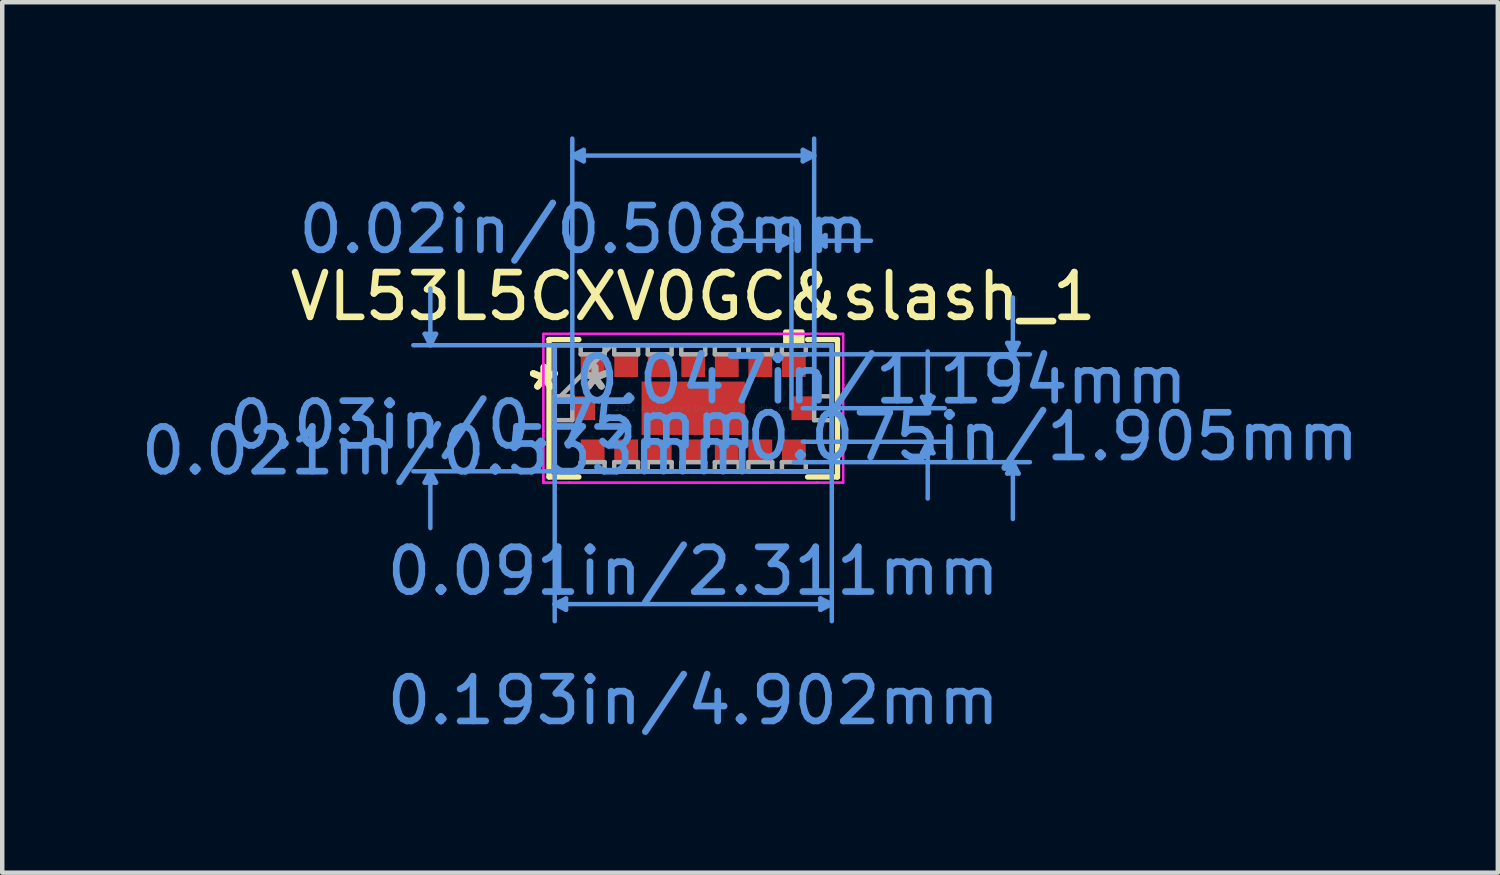
<source format=kicad_pcb>
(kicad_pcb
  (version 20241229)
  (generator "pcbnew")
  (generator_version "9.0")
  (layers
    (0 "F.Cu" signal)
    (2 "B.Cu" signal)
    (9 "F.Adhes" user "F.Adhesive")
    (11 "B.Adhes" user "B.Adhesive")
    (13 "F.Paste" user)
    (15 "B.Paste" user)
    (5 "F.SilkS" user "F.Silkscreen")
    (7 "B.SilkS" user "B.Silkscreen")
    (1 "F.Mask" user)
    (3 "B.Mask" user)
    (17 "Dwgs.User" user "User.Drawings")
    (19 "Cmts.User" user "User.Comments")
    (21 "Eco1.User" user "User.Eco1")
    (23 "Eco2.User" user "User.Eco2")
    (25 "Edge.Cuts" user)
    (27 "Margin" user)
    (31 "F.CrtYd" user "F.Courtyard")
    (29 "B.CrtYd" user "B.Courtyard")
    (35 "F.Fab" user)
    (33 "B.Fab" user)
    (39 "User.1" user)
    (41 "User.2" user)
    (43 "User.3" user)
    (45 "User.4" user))
  (footprint "VL53L5CXV0GC&slash_1"
    (layer "F.Cu")
    (at 12.457 6.082)
    (property "Reference" "VL53L5CXV0GC&slash_1" (at 0 -2.5 0) (layer "F.SilkS") (effects (font (size 1 1) (thickness 0.15))))
    (attr through_hole)
    (fp_line (start -3.226 -1.537) (end -3.226 1.537) (stroke (width 0.12) (type solid)) (layer "F.SilkS"))
    (fp_line (start -3.226 1.537) (end -2.558 1.537) (stroke (width 0.12) (type solid)) (layer "F.SilkS"))
    (fp_line (start -2.558 -1.537) (end -3.226 -1.537) (stroke (width 0.12) (type solid)) (layer "F.SilkS"))
    (fp_line (start 2.558 1.537) (end 3.226 1.537) (stroke (width 0.12) (type solid)) (layer "F.SilkS"))
    (fp_line (start 3.226 -1.537) (end 2.558 -1.537) (stroke (width 0.12) (type solid)) (layer "F.SilkS"))
    (fp_line (start 3.226 1.537) (end 3.226 -1.537) (stroke (width 0.12) (type solid)) (layer "F.SilkS"))
    (fp_poly (pts (xy 2.06 -1.46) (xy 2.06 -1.714) (xy 2.441 -1.714) (xy 2.441 -1.46)) (stroke (width 0.1) (type solid)) (fill yes) (layer "F.SilkS"))
    (fp_line (start -6.007 -1.664) (end -5.753 -1.664) (stroke (width 0.1) (type solid)) (layer "Cmts.User"))
    (fp_line (start -6.007 1.664) (end -5.753 1.664) (stroke (width 0.1) (type solid)) (layer "Cmts.User"))
    (fp_line (start -5.88 -1.41) (end -6.007 -1.664) (stroke (width 0.1) (type solid)) (layer "Cmts.User"))
    (fp_line (start -5.88 -1.41) (end -5.88 -2.68) (stroke (width 0.1) (type solid)) (layer "Cmts.User"))
    (fp_line (start -5.88 -1.41) (end -5.753 -1.664) (stroke (width 0.1) (type solid)) (layer "Cmts.User"))
    (fp_line (start -5.88 1.41) (end -6.007 1.664) (stroke (width 0.1) (type solid)) (layer "Cmts.User"))
    (fp_line (start -5.88 1.41) (end -5.88 2.68) (stroke (width 0.1) (type solid)) (layer "Cmts.User"))
    (fp_line (start -5.88 1.41) (end -5.753 1.664) (stroke (width 0.1) (type solid)) (layer "Cmts.User"))
    (fp_line (start -3.099 -1.41) (end -3.099 4.763) (stroke (width 0.1) (type solid)) (layer "Cmts.User"))
    (fp_line (start -3.099 4.381) (end -2.845 4.255) (stroke (width 0.1) (type solid)) (layer "Cmts.User"))
    (fp_line (start -3.099 4.381) (end -2.845 4.508) (stroke (width 0.1) (type solid)) (layer "Cmts.User"))
    (fp_line (start -3.099 4.381) (end 3.099 4.381) (stroke (width 0.1) (type solid)) (layer "Cmts.User"))
    (fp_line (start -2.845 4.255) (end -2.845 4.508) (stroke (width 0.1) (type solid)) (layer "Cmts.User"))
    (fp_line (start -2.705 -5.652) (end -2.451 -5.779) (stroke (width 0.1) (type solid)) (layer "Cmts.User"))
    (fp_line (start -2.705 -5.652) (end -2.451 -5.524) (stroke (width 0.1) (type solid)) (layer "Cmts.User"))
    (fp_line (start -2.705 -5.652) (end 2.705 -5.652) (stroke (width 0.1) (type solid)) (layer "Cmts.User"))
    (fp_line (start -2.705 0) (end -2.705 -6.032) (stroke (width 0.1) (type solid)) (layer "Cmts.User"))
    (fp_line (start -2.451 -5.779) (end -2.451 -5.524) (stroke (width 0.1) (type solid)) (layer "Cmts.User"))
    (fp_line (start 1.943 -3.873) (end 1.943 -3.619) (stroke (width 0.1) (type solid)) (layer "Cmts.User"))
    (fp_line (start 2.197 -3.747) (end 0.927 -3.747) (stroke (width 0.1) (type solid)) (layer "Cmts.User"))
    (fp_line (start 2.197 -3.747) (end 1.943 -3.873) (stroke (width 0.1) (type solid)) (layer "Cmts.User"))
    (fp_line (start 2.197 -3.747) (end 1.943 -3.619) (stroke (width 0.1) (type solid)) (layer "Cmts.User"))
    (fp_line (start 2.197 0) (end 2.197 -4.128) (stroke (width 0.1) (type solid)) (layer "Cmts.User"))
    (fp_line (start 2.25 -1.206) (end 7.531 -1.206) (stroke (width 0.1) (type solid)) (layer "Cmts.User"))
    (fp_line (start 2.25 1.206) (end 7.531 1.206) (stroke (width 0.1) (type solid)) (layer "Cmts.User"))
    (fp_line (start 2.451 -5.779) (end 2.451 -5.524) (stroke (width 0.1) (type solid)) (layer "Cmts.User"))
    (fp_line (start 2.451 0) (end 5.626 0) (stroke (width 0.1) (type solid)) (layer "Cmts.User"))
    (fp_line (start 2.451 0.75) (end 5.626 0.75) (stroke (width 0.1) (type solid)) (layer "Cmts.User"))
    (fp_line (start 2.705 -5.652) (end 2.451 -5.779) (stroke (width 0.1) (type solid)) (layer "Cmts.User"))
    (fp_line (start 2.705 -5.652) (end 2.451 -5.524) (stroke (width 0.1) (type solid)) (layer "Cmts.User"))
    (fp_line (start 2.705 -3.747) (end 2.959 -3.873) (stroke (width 0.1) (type solid)) (layer "Cmts.User"))
    (fp_line (start 2.705 -3.747) (end 2.959 -3.619) (stroke (width 0.1) (type solid)) (layer "Cmts.User"))
    (fp_line (start 2.705 -3.747) (end 3.975 -3.747) (stroke (width 0.1) (type solid)) (layer "Cmts.User"))
    (fp_line (start 2.705 0) (end 2.705 -6.032) (stroke (width 0.1) (type solid)) (layer "Cmts.User"))
    (fp_line (start 2.705 0) (end 2.705 -4.128) (stroke (width 0.1) (type solid)) (layer "Cmts.User"))
    (fp_line (start 2.845 4.255) (end 2.845 4.508) (stroke (width 0.1) (type solid)) (layer "Cmts.User"))
    (fp_line (start 2.959 -3.873) (end 2.959 -3.619) (stroke (width 0.1) (type solid)) (layer "Cmts.User"))
    (fp_line (start 3.099 -1.41) (end -6.261 -1.41) (stroke (width 0.1) (type solid)) (layer "Cmts.User"))
    (fp_line (start 3.099 -1.41) (end 3.099 4.763) (stroke (width 0.1) (type solid)) (layer "Cmts.User"))
    (fp_line (start 3.099 1.41) (end -6.261 1.41) (stroke (width 0.1) (type solid)) (layer "Cmts.User"))
    (fp_line (start 3.099 4.381) (end 2.845 4.255) (stroke (width 0.1) (type solid)) (layer "Cmts.User"))
    (fp_line (start 3.099 4.381) (end 2.845 4.508) (stroke (width 0.1) (type solid)) (layer "Cmts.User"))
    (fp_line (start 5.118 -0.254) (end 5.372 -0.254) (stroke (width 0.1) (type solid)) (layer "Cmts.User"))
    (fp_line (start 5.118 1.004) (end 5.372 1.004) (stroke (width 0.1) (type solid)) (layer "Cmts.User"))
    (fp_line (start 5.245 0) (end 5.118 -0.254) (stroke (width 0.1) (type solid)) (layer "Cmts.User"))
    (fp_line (start 5.245 0) (end 5.245 -1.27) (stroke (width 0.1) (type solid)) (layer "Cmts.User"))
    (fp_line (start 5.245 0) (end 5.372 -0.254) (stroke (width 0.1) (type solid)) (layer "Cmts.User"))
    (fp_line (start 5.245 0.75) (end 5.118 1.004) (stroke (width 0.1) (type solid)) (layer "Cmts.User"))
    (fp_line (start 5.245 0.75) (end 5.245 2.02) (stroke (width 0.1) (type solid)) (layer "Cmts.User"))
    (fp_line (start 5.245 0.75) (end 5.372 1.004) (stroke (width 0.1) (type solid)) (layer "Cmts.User"))
    (fp_line (start 7.023 -1.46) (end 7.277 -1.46) (stroke (width 0.1) (type solid)) (layer "Cmts.User"))
    (fp_line (start 7.023 1.46) (end 7.277 1.46) (stroke (width 0.1) (type solid)) (layer "Cmts.User"))
    (fp_line (start 7.15 -1.206) (end 7.023 -1.46) (stroke (width 0.1) (type solid)) (layer "Cmts.User"))
    (fp_line (start 7.15 -1.206) (end 7.15 -2.477) (stroke (width 0.1) (type solid)) (layer "Cmts.User"))
    (fp_line (start 7.15 -1.206) (end 7.277 -1.46) (stroke (width 0.1) (type solid)) (layer "Cmts.User"))
    (fp_line (start 7.15 1.206) (end 7.023 1.46) (stroke (width 0.1) (type solid)) (layer "Cmts.User"))
    (fp_line (start 7.15 1.206) (end 7.15 2.477) (stroke (width 0.1) (type solid)) (layer "Cmts.User"))
    (fp_line (start 7.15 1.206) (end 7.277 1.46) (stroke (width 0.1) (type solid)) (layer "Cmts.User"))
    (fp_line (start -3.353 -1.664) (end -2.771 -1.664) (stroke (width 0.05) (type solid)) (layer "F.CrtYd"))
    (fp_line (start -3.353 -1.664) (end -2.771 -1.664) (stroke (width 0.05) (type solid)) (layer "F.CrtYd"))
    (fp_line (start -3.353 -0.521) (end -3.353 -1.664) (stroke (width 0.05) (type solid)) (layer "F.CrtYd"))
    (fp_line (start -3.353 -0.521) (end -3.353 -1.664) (stroke (width 0.05) (type solid)) (layer "F.CrtYd"))
    (fp_line (start -3.353 -0.521) (end -3.353 -0.521) (stroke (width 0.05) (type solid)) (layer "F.CrtYd"))
    (fp_line (start -3.353 -0.521) (end -3.353 -0.521) (stroke (width 0.05) (type solid)) (layer "F.CrtYd"))
    (fp_line (start -3.353 0.521) (end -3.353 -0.521) (stroke (width 0.05) (type solid)) (layer "F.CrtYd"))
    (fp_line (start -3.353 0.521) (end -3.353 -0.521) (stroke (width 0.05) (type solid)) (layer "F.CrtYd"))
    (fp_line (start -3.353 0.521) (end -3.353 0.521) (stroke (width 0.05) (type solid)) (layer "F.CrtYd"))
    (fp_line (start -3.353 0.521) (end -3.353 0.521) (stroke (width 0.05) (type solid)) (layer "F.CrtYd"))
    (fp_line (start -3.353 1.664) (end -3.353 0.521) (stroke (width 0.05) (type solid)) (layer "F.CrtYd"))
    (fp_line (start -3.353 1.664) (end -3.353 0.521) (stroke (width 0.05) (type solid)) (layer "F.CrtYd"))
    (fp_line (start -2.771 -1.664) (end -2.771 -1.664) (stroke (width 0.05) (type solid)) (layer "F.CrtYd"))
    (fp_line (start -2.771 -1.664) (end -2.771 -1.664) (stroke (width 0.05) (type solid)) (layer "F.CrtYd"))
    (fp_line (start -2.771 -1.664) (end 2.771 -1.664) (stroke (width 0.05) (type solid)) (layer "F.CrtYd"))
    (fp_line (start -2.771 -1.664) (end 2.771 -1.664) (stroke (width 0.05) (type solid)) (layer "F.CrtYd"))
    (fp_line (start -2.771 1.664) (end -3.353 1.664) (stroke (width 0.05) (type solid)) (layer "F.CrtYd"))
    (fp_line (start -2.771 1.664) (end -3.353 1.664) (stroke (width 0.05) (type solid)) (layer "F.CrtYd"))
    (fp_line (start -2.771 1.664) (end -2.771 1.664) (stroke (width 0.05) (type solid)) (layer "F.CrtYd"))
    (fp_line (start -2.771 1.664) (end -2.771 1.664) (stroke (width 0.05) (type solid)) (layer "F.CrtYd"))
    (fp_line (start 2.771 -1.664) (end 2.771 -1.664) (stroke (width 0.05) (type solid)) (layer "F.CrtYd"))
    (fp_line (start 2.771 -1.664) (end 2.771 -1.664) (stroke (width 0.05) (type solid)) (layer "F.CrtYd"))
    (fp_line (start 2.771 -1.664) (end 3.353 -1.664) (stroke (width 0.05) (type solid)) (layer "F.CrtYd"))
    (fp_line (start 2.771 -1.664) (end 3.353 -1.664) (stroke (width 0.05) (type solid)) (layer "F.CrtYd"))
    (fp_line (start 2.771 1.664) (end -2.771 1.664) (stroke (width 0.05) (type solid)) (layer "F.CrtYd"))
    (fp_line (start 2.771 1.664) (end -2.771 1.664) (stroke (width 0.05) (type solid)) (layer "F.CrtYd"))
    (fp_line (start 2.771 1.664) (end 2.771 1.664) (stroke (width 0.05) (type solid)) (layer "F.CrtYd"))
    (fp_line (start 2.771 1.664) (end 2.771 1.664) (stroke (width 0.05) (type solid)) (layer "F.CrtYd"))
    (fp_line (start 3.353 -1.664) (end 3.353 -0.521) (stroke (width 0.05) (type solid)) (layer "F.CrtYd"))
    (fp_line (start 3.353 -1.664) (end 3.353 -0.521) (stroke (width 0.05) (type solid)) (layer "F.CrtYd"))
    (fp_line (start 3.353 -0.521) (end 3.353 -0.521) (stroke (width 0.05) (type solid)) (layer "F.CrtYd"))
    (fp_line (start 3.353 -0.521) (end 3.353 -0.521) (stroke (width 0.05) (type solid)) (layer "F.CrtYd"))
    (fp_line (start 3.353 -0.521) (end 3.353 0.521) (stroke (width 0.05) (type solid)) (layer "F.CrtYd"))
    (fp_line (start 3.353 -0.521) (end 3.353 0.521) (stroke (width 0.05) (type solid)) (layer "F.CrtYd"))
    (fp_line (start 3.353 0.521) (end 3.353 0.521) (stroke (width 0.05) (type solid)) (layer "F.CrtYd"))
    (fp_line (start 3.353 0.521) (end 3.353 0.521) (stroke (width 0.05) (type solid)) (layer "F.CrtYd"))
    (fp_line (start 3.353 0.521) (end 3.353 1.664) (stroke (width 0.05) (type solid)) (layer "F.CrtYd"))
    (fp_line (start 3.353 0.521) (end 3.353 1.664) (stroke (width 0.05) (type solid)) (layer "F.CrtYd"))
    (fp_line (start 3.353 1.664) (end 2.771 1.664) (stroke (width 0.05) (type solid)) (layer "F.CrtYd"))
    (fp_line (start 3.353 1.664) (end 2.771 1.664) (stroke (width 0.05) (type solid)) (layer "F.CrtYd"))
    (fp_line (start -3.099 -1.41) (end -3.099 -1.41) (stroke (width 0.1) (type solid)) (layer "F.Fab"))
    (fp_line (start -3.099 -1.41) (end -3.099 1.41) (stroke (width 0.1) (type solid)) (layer "F.Fab"))
    (fp_line (start -3.099 -0.267) (end -2.705 -0.267) (stroke (width 0.1) (type solid)) (layer "F.Fab"))
    (fp_line (start -3.099 -0.14) (end -1.829 -1.41) (stroke (width 0.1) (type solid)) (layer "F.Fab"))
    (fp_line (start -3.099 0.267) (end -3.099 -0.267) (stroke (width 0.1) (type solid)) (layer "F.Fab"))
    (fp_line (start -3.099 1.41) (end -3.099 1.41) (stroke (width 0.1) (type solid)) (layer "F.Fab"))
    (fp_line (start -3.099 1.41) (end 3.099 1.41) (stroke (width 0.1) (type solid)) (layer "F.Fab"))
    (fp_line (start -2.705 -0.267) (end -2.705 0.267) (stroke (width 0.1) (type solid)) (layer "F.Fab"))
    (fp_line (start -2.705 0.267) (end -3.099 0.267) (stroke (width 0.1) (type solid)) (layer "F.Fab"))
    (fp_line (start -2.517 -1.41) (end -1.983 -1.41) (stroke (width 0.1) (type solid)) (layer "F.Fab"))
    (fp_line (start -2.517 -1.206) (end -2.517 -1.41) (stroke (width 0.1) (type solid)) (layer "F.Fab"))
    (fp_line (start -2.517 1.206) (end -1.983 1.206) (stroke (width 0.1) (type solid)) (layer "F.Fab"))
    (fp_line (start -2.517 1.41) (end -2.517 1.206) (stroke (width 0.1) (type solid)) (layer "F.Fab"))
    (fp_line (start -1.983 -1.41) (end -1.983 -1.206) (stroke (width 0.1) (type solid)) (layer "F.Fab"))
    (fp_line (start -1.983 -1.206) (end -2.517 -1.206) (stroke (width 0.1) (type solid)) (layer "F.Fab"))
    (fp_line (start -1.983 1.206) (end -1.983 1.41) (stroke (width 0.1) (type solid)) (layer "F.Fab"))
    (fp_line (start -1.983 1.41) (end -2.517 1.41) (stroke (width 0.1) (type solid)) (layer "F.Fab"))
    (fp_line (start -1.767 -1.41) (end -1.233 -1.41) (stroke (width 0.1) (type solid)) (layer "F.Fab"))
    (fp_line (start -1.767 -1.206) (end -1.767 -1.41) (stroke (width 0.1) (type solid)) (layer "F.Fab"))
    (fp_line (start -1.767 1.206) (end -1.233 1.206) (stroke (width 0.1) (type solid)) (layer "F.Fab"))
    (fp_line (start -1.767 1.41) (end -1.767 1.206) (stroke (width 0.1) (type solid)) (layer "F.Fab"))
    (fp_line (start -1.233 -1.41) (end -1.233 -1.206) (stroke (width 0.1) (type solid)) (layer "F.Fab"))
    (fp_line (start -1.233 -1.206) (end -1.767 -1.206) (stroke (width 0.1) (type solid)) (layer "F.Fab"))
    (fp_line (start -1.233 1.206) (end -1.233 1.41) (stroke (width 0.1) (type solid)) (layer "F.Fab"))
    (fp_line (start -1.233 1.41) (end -1.767 1.41) (stroke (width 0.1) (type solid)) (layer "F.Fab"))
    (fp_line (start -1.017 -1.41) (end -0.483 -1.41) (stroke (width 0.1) (type solid)) (layer "F.Fab"))
    (fp_line (start -1.017 -1.206) (end -1.017 -1.41) (stroke (width 0.1) (type solid)) (layer "F.Fab"))
    (fp_line (start -1.017 1.206) (end -0.483 1.206) (stroke (width 0.1) (type solid)) (layer "F.Fab"))
    (fp_line (start -1.017 1.41) (end -1.017 1.206) (stroke (width 0.1) (type solid)) (layer "F.Fab"))
    (fp_line (start -0.483 -1.41) (end -0.483 -1.206) (stroke (width 0.1) (type solid)) (layer "F.Fab"))
    (fp_line (start -0.483 -1.206) (end -1.017 -1.206) (stroke (width 0.1) (type solid)) (layer "F.Fab"))
    (fp_line (start -0.483 1.206) (end -0.483 1.41) (stroke (width 0.1) (type solid)) (layer "F.Fab"))
    (fp_line (start -0.483 1.41) (end -1.017 1.41) (stroke (width 0.1) (type solid)) (layer "F.Fab"))
    (fp_line (start -0.267 -1.41) (end 0.267 -1.41) (stroke (width 0.1) (type solid)) (layer "F.Fab"))
    (fp_line (start -0.267 -1.206) (end -0.267 -1.41) (stroke (width 0.1) (type solid)) (layer "F.Fab"))
    (fp_line (start -0.267 1.206) (end 0.267 1.206) (stroke (width 0.1) (type solid)) (layer "F.Fab"))
    (fp_line (start -0.267 1.41) (end -0.267 1.206) (stroke (width 0.1) (type solid)) (layer "F.Fab"))
    (fp_line (start 0.267 -1.41) (end 0.267 -1.206) (stroke (width 0.1) (type solid)) (layer "F.Fab"))
    (fp_line (start 0.267 -1.206) (end -0.267 -1.206) (stroke (width 0.1) (type solid)) (layer "F.Fab"))
    (fp_line (start 0.267 1.206) (end 0.267 1.41) (stroke (width 0.1) (type solid)) (layer "F.Fab"))
    (fp_line (start 0.267 1.41) (end -0.267 1.41) (stroke (width 0.1) (type solid)) (layer "F.Fab"))
    (fp_line (start 0.483 -1.41) (end 1.017 -1.41) (stroke (width 0.1) (type solid)) (layer "F.Fab"))
    (fp_line (start 0.483 -1.206) (end 0.483 -1.41) (stroke (width 0.1) (type solid)) (layer "F.Fab"))
    (fp_line (start 0.483 1.206) (end 1.017 1.206) (stroke (width 0.1) (type solid)) (layer "F.Fab"))
    (fp_line (start 0.483 1.41) (end 0.483 1.206) (stroke (width 0.1) (type solid)) (layer "F.Fab"))
    (fp_line (start 1.017 -1.41) (end 1.017 -1.206) (stroke (width 0.1) (type solid)) (layer "F.Fab"))
    (fp_line (start 1.017 -1.206) (end 0.483 -1.206) (stroke (width 0.1) (type solid)) (layer "F.Fab"))
    (fp_line (start 1.017 1.206) (end 1.017 1.41) (stroke (width 0.1) (type solid)) (layer "F.Fab"))
    (fp_line (start 1.017 1.41) (end 0.483 1.41) (stroke (width 0.1) (type solid)) (layer "F.Fab"))
    (fp_line (start 1.233 -1.41) (end 1.767 -1.41) (stroke (width 0.1) (type solid)) (layer "F.Fab"))
    (fp_line (start 1.233 -1.206) (end 1.233 -1.41) (stroke (width 0.1) (type solid)) (layer "F.Fab"))
    (fp_line (start 1.233 1.206) (end 1.767 1.206) (stroke (width 0.1) (type solid)) (layer "F.Fab"))
    (fp_line (start 1.233 1.41) (end 1.233 1.206) (stroke (width 0.1) (type solid)) (layer "F.Fab"))
    (fp_line (start 1.767 -1.41) (end 1.767 -1.206) (stroke (width 0.1) (type solid)) (layer "F.Fab"))
    (fp_line (start 1.767 -1.206) (end 1.233 -1.206) (stroke (width 0.1) (type solid)) (layer "F.Fab"))
    (fp_line (start 1.767 1.206) (end 1.767 1.41) (stroke (width 0.1) (type solid)) (layer "F.Fab"))
    (fp_line (start 1.767 1.41) (end 1.233 1.41) (stroke (width 0.1) (type solid)) (layer "F.Fab"))
    (fp_line (start 1.983 -1.41) (end 2.517 -1.41) (stroke (width 0.1) (type solid)) (layer "F.Fab"))
    (fp_line (start 1.983 -1.206) (end 1.983 -1.41) (stroke (width 0.1) (type solid)) (layer "F.Fab"))
    (fp_line (start 1.983 1.206) (end 2.517 1.206) (stroke (width 0.1) (type solid)) (layer "F.Fab"))
    (fp_line (start 1.983 1.41) (end 1.983 1.206) (stroke (width 0.1) (type solid)) (layer "F.Fab"))
    (fp_line (start 2.517 -1.41) (end 2.517 -1.206) (stroke (width 0.1) (type solid)) (layer "F.Fab"))
    (fp_line (start 2.517 -1.206) (end 1.983 -1.206) (stroke (width 0.1) (type solid)) (layer "F.Fab"))
    (fp_line (start 2.517 1.206) (end 2.517 1.41) (stroke (width 0.1) (type solid)) (layer "F.Fab"))
    (fp_line (start 2.517 1.41) (end 1.983 1.41) (stroke (width 0.1) (type solid)) (layer "F.Fab"))
    (fp_line (start 2.705 -0.267) (end 3.099 -0.267) (stroke (width 0.1) (type solid)) (layer "F.Fab"))
    (fp_line (start 2.705 0.267) (end 2.705 -0.267) (stroke (width 0.1) (type solid)) (layer "F.Fab"))
    (fp_line (start 3.099 -1.41) (end -3.099 -1.41) (stroke (width 0.1) (type solid)) (layer "F.Fab"))
    (fp_line (start 3.099 -1.41) (end 3.099 -1.41) (stroke (width 0.1) (type solid)) (layer "F.Fab"))
    (fp_line (start 3.099 -0.267) (end 3.099 0.267) (stroke (width 0.1) (type solid)) (layer "F.Fab"))
    (fp_line (start 3.099 0.267) (end 2.705 0.267) (stroke (width 0.1) (type solid)) (layer "F.Fab"))
    (fp_line (start 3.099 1.41) (end 3.099 -1.41) (stroke (width 0.1) (type solid)) (layer "F.Fab"))
    (fp_line (start 3.099 1.41) (end 3.099 1.41) (stroke (width 0.1) (type solid)) (layer "F.Fab"))
    (fp_text user "*" (at -3.34 -0.375 0) (layer "F.SilkS") (effects (font (size 1 1) (thickness 0.15))))
    (fp_text user "*" (at -3.34 -0.375 0) (layer "F.SilkS") (effects (font (size 1 1) (thickness 0.15))))
    (fp_text user "Copyright 2021 Accelerated Designs. All rights reserved." (at 0 0 0) (layer "Cmts.User") (effects (font (size 0.127 0.127) (thickness 0.002))))
    (fp_text user "0.02in/0.508mm" (at -2.451 -4 0) (layer "Cmts.User") (effects (font (size 1 1) (thickness 0.15))))
    (fp_text user "0.193in/4.902mm" (at 0 6.54 0) (layer "Cmts.User") (effects (font (size 1 1) (thickness 0.15))))
    (fp_text user "0.021in/0.533mm" (at -5.499 0.953 0) (layer "Cmts.User") (effects (font (size 1 1) (thickness 0.15))))
    (fp_text user "0.047in/1.194mm" (at 4.204 -0.635 0) (layer "Cmts.User") (effects (font (size 1 1) (thickness 0.15))))
    (fp_text user "0.03in/0.75mm" (at -4.483 0.375 0) (layer "Cmts.User") (effects (font (size 1 1) (thickness 0.15))))
    (fp_text user "0.091in/2.311mm" (at 0 3.645 0) (layer "Cmts.User") (effects (font (size 1 1) (thickness 0.15))))
    (fp_text user "0.075in/1.905mm" (at 8.039 0.635 0) (layer "Cmts.User") (effects (font (size 1 1) (thickness 0.15))))
    (fp_text user "*" (at -2.197 -0.375 0) (layer "F.Fab") (effects (font (size 1 1) (thickness 0.15))))
    (fp_text user "*" (at -2.197 -0.375 0) (layer "F.Fab") (effects (font (size 1 1) (thickness 0.15))))
    (pad "A1" smd rect (at -2.25 -0.953) (size 0.533 0.508) (layers "F.Cu" "F.Mask" "F.Paste"))
    (pad "A2" smd rect (at -1.5 -0.953) (size 0.533 0.508) (layers "F.Cu" "F.Mask" "F.Paste"))
    (pad "A3" smd rect (at -0.75 -0.953) (size 0.533 0.508) (layers "F.Cu" "F.Mask" "F.Paste"))
    (pad "A4" smd rect (at 0 -0.953) (size 0.533 0.508) (layers "F.Cu" "F.Mask" "F.Paste"))
    (pad "A5" smd rect (at 0.75 -0.953) (size 0.533 0.508) (layers "F.Cu" "F.Mask" "F.Paste"))
    (pad "A6" smd rect (at 1.5 -0.953) (size 0.533 0.508) (layers "F.Cu" "F.Mask" "F.Paste"))
    (pad "A7" smd rect (at 2.25 -0.953) (size 0.533 0.508) (layers "F.Cu" "F.Mask" "F.Paste"))
    (pad "B1" smd rect (at -2.451 0 90) (size 0.533 0.508) (layers "F.Cu" "F.Mask" "F.Paste"))
    (pad "B4" smd rect (at 0 0) (size 2.311 1.194) (layers "F.Cu" "F.Mask" "F.Paste"))
    (pad "B7" smd rect (at 2.451 0 90) (size 0.533 0.508) (layers "F.Cu" "F.Mask" "F.Paste"))
    (pad "C1" smd rect (at -2.25 0.953) (size 0.533 0.508) (layers "F.Cu" "F.Mask" "F.Paste"))
    (pad "C2" smd rect (at -1.5 0.953) (size 0.533 0.508) (layers "F.Cu" "F.Mask" "F.Paste"))
    (pad "C3" smd rect (at -0.75 0.953) (size 0.533 0.508) (layers "F.Cu" "F.Mask" "F.Paste"))
    (pad "C4" smd rect (at 0 0.953) (size 0.533 0.508) (layers "F.Cu" "F.Mask" "F.Paste"))
    (pad "C5" smd rect (at 0.75 0.953) (size 0.533 0.508) (layers "F.Cu" "F.Mask" "F.Paste"))
    (pad "C6" smd rect (at 1.5 0.953) (size 0.533 0.508) (layers "F.Cu" "F.Mask" "F.Paste"))
    (pad "C7" smd rect (at 2.25 0.953) (size 0.533 0.508) (layers "F.Cu" "F.Mask" "F.Paste")))
  (gr_rect
    (start -3 -3)
    (end 30.455 16.471)
    (stroke (width 0.1) (type default))
    (fill no)
    (layer "Edge.Cuts")))
</source>
